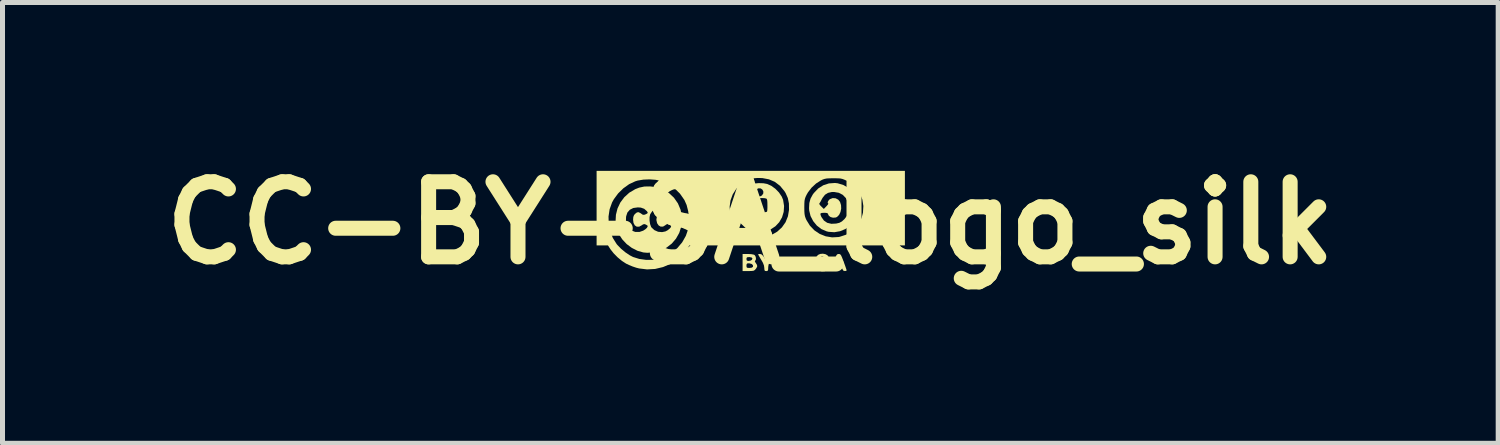
<source format=kicad_pcb>
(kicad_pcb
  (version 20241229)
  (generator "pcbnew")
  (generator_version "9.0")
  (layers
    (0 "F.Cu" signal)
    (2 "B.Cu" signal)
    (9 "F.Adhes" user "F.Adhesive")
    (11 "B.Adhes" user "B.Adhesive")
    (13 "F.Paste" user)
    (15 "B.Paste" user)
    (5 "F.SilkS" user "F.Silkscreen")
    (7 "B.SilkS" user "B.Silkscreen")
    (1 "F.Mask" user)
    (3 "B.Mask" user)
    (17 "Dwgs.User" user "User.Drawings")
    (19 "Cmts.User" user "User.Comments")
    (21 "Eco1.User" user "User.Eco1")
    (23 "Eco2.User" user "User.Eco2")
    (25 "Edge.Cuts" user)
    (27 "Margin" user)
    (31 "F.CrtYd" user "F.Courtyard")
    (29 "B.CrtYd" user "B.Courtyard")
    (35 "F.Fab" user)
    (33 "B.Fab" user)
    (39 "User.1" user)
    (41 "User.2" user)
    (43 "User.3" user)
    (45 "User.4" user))
  (footprint "CC-BY-SA_logo_silk"
    (layer "F.Cu")
    (at 11.943 1.404)
    (property "Reference" "CC-BY-SA_logo_silk" (at 0 0 0) (layer "F.SilkS") (effects (font (size 1.5 1.5) (thickness 0.3))))
    (attr board_only exclude_from_pos_files exclude_from_bom)
    (fp_poly (pts (xy 0.419 0.722) (xy 0.383 0.786) (xy 0.364 0.836) (xy 0.357 0.883) (xy 0.357 0.892) (xy 0.355 0.935) (xy 0.347 0.956) (xy 0.328 0.962) (xy 0.318 0.962) (xy 0.293 0.959) (xy 0.282 0.943) (xy 0.279 0.905) (xy 0.279 0.9) (xy 0.272 0.851) (xy 0.249 0.793) (xy 0.217 0.737) (xy 0.188 0.688) (xy 0.166 0.65) (xy 0.155 0.629) (xy 0.155 0.628) (xy 0.168 0.622) (xy 0.194 0.621) (xy 0.225 0.63) (xy 0.256 0.661) (xy 0.273 0.686) (xy 0.314 0.751) (xy 0.353 0.686) (xy 0.381 0.644) (xy 0.408 0.625) (xy 0.436 0.621) (xy 0.481 0.621)) (stroke (width 0) (type solid)) (fill yes) (layer "F.SilkS"))
    (fp_poly (pts (xy 1.498 0.624) (xy 1.54 0.646) (xy 1.564 0.68) (xy 1.567 0.701) (xy 1.557 0.724) (xy 1.531 0.728) (xy 1.5 0.712) (xy 1.485 0.698) (xy 1.449 0.671) (xy 1.415 0.674) (xy 1.396 0.691) (xy 1.385 0.712) (xy 1.394 0.729) (xy 1.428 0.745) (xy 1.479 0.76) (xy 1.537 0.783) (xy 1.57 0.816) (xy 1.582 0.864) (xy 1.583 0.875) (xy 1.569 0.917) (xy 1.533 0.948) (xy 1.482 0.966) (xy 1.424 0.968) (xy 1.367 0.952) (xy 1.365 0.951) (xy 1.326 0.923) (xy 1.306 0.894) (xy 1.306 0.869) (xy 1.328 0.855) (xy 1.341 0.853) (xy 1.373 0.861) (xy 1.381 0.876) (xy 1.394 0.898) (xy 1.427 0.911) (xy 1.467 0.91) (xy 1.474 0.908) (xy 1.504 0.89) (xy 1.505 0.868) (xy 1.48 0.843) (xy 1.431 0.82) (xy 1.419 0.816) (xy 1.354 0.788) (xy 1.318 0.752) (xy 1.311 0.709) (xy 1.321 0.676) (xy 1.351 0.64) (xy 1.396 0.62) (xy 1.448 0.615)) (stroke (width 0) (type solid)) (fill yes) (layer "F.SilkS"))
    (fp_poly (pts (xy 1.785 0.623) (xy 1.801 0.633) (xy 1.816 0.655) (xy 1.834 0.696) (xy 1.858 0.759) (xy 1.866 0.78) (xy 1.89 0.845) (xy 1.909 0.9) (xy 1.921 0.937) (xy 1.924 0.95) (xy 1.911 0.959) (xy 1.887 0.962) (xy 1.855 0.952) (xy 1.84 0.923) (xy 1.829 0.898) (xy 1.807 0.887) (xy 1.768 0.884) (xy 1.725 0.888) (xy 1.7 0.903) (xy 1.688 0.923) (xy 1.66 0.956) (xy 1.634 0.962) (xy 1.606 0.96) (xy 1.598 0.956) (xy 1.603 0.939) (xy 1.616 0.905) (xy 1.619 0.898) (xy 1.635 0.857) (xy 1.656 0.803) (xy 1.733 0.803) (xy 1.736 0.819) (xy 1.757 0.822) (xy 1.764 0.822) (xy 1.791 0.818) (xy 1.794 0.8) (xy 1.791 0.787) (xy 1.775 0.743) (xy 1.763 0.729) (xy 1.751 0.743) (xy 1.742 0.767) (xy 1.733 0.803) (xy 1.656 0.803) (xy 1.658 0.799) (xy 1.681 0.737) (xy 1.683 0.733) (xy 1.705 0.676) (xy 1.723 0.642) (xy 1.739 0.626) (xy 1.76 0.621) (xy 1.766 0.621)) (stroke (width 0) (type solid)) (fill yes) (layer "F.SilkS"))
    (fp_poly (pts (xy 0.016 0.624) (xy 0.065 0.633) (xy 0.084 0.641) (xy 0.103 0.668) (xy 0.112 0.704) (xy 0.109 0.738) (xy 0.095 0.757) (xy 0.09 0.772) (xy 0.109 0.802) (xy 0.134 0.842) (xy 0.136 0.875) (xy 0.113 0.914) (xy 0.107 0.921) (xy 0.088 0.942) (xy 0.066 0.955) (xy 0.033 0.96) (xy -0.021 0.962) (xy -0.04 0.962) (xy -0.155 0.962) (xy -0.155 0.853) (xy -0.078 0.853) (xy -0.075 0.884) (xy -0.061 0.897) (xy -0.028 0.9) (xy -0.017 0.9) (xy 0.029 0.894) (xy 0.052 0.877) (xy 0.053 0.873) (xy 0.051 0.843) (xy 0.025 0.82) (xy -0.02 0.808) (xy -0.034 0.807) (xy -0.065 0.811) (xy -0.076 0.83) (xy -0.078 0.853) (xy -0.155 0.853) (xy -0.155 0.791) (xy -0.155 0.722) (xy -0.078 0.722) (xy -0.072 0.75) (xy -0.05 0.76) (xy -0.033 0.76) (xy 0.006 0.753) (xy 0.03 0.738) (xy 0.042 0.71) (xy 0.026 0.691) (xy -0.017 0.683) (xy -0.024 0.683) (xy -0.061 0.686) (xy -0.075 0.699) (xy -0.078 0.722) (xy -0.155 0.722) (xy -0.155 0.621) (xy -0.05 0.621)) (stroke (width 0) (type solid)) (fill yes) (layer "F.SilkS"))
    (fp_poly (pts (xy 0.263 -0.792) (xy 0.337 -0.778) (xy 0.419 -0.741) (xy 0.5 -0.682) (xy 0.572 -0.608) (xy 0.627 -0.526) (xy 0.654 -0.461) (xy 0.674 -0.338) (xy 0.666 -0.22) (xy 0.633 -0.111) (xy 0.577 -0.014) (xy 0.501 0.067) (xy 0.406 0.13) (xy 0.296 0.169) (xy 0.202 0.181) (xy 0.126 0.182) (xy 0.065 0.174) (xy 0.006 0.155) (xy 0.003 0.154) (xy -0.099 0.098) (xy -0.184 0.018) (xy -0.25 -0.079) (xy -0.293 -0.189) (xy -0.31 -0.306) (xy -0.31 -0.315) (xy -0.307 -0.339) (xy 0.016 -0.339) (xy 0.016 -0.279) (xy 0.019 -0.242) (xy 0.027 -0.224) (xy 0.041 -0.216) (xy 0.05 -0.214) (xy 0.067 -0.21) (xy 0.077 -0.199) (xy 0.084 -0.175) (xy 0.087 -0.131) (xy 0.09 -0.066) (xy 0.094 0.078) (xy 0.187 0.078) (xy 0.279 0.078) (xy 0.279 -0.07) (xy 0.28 -0.138) (xy 0.282 -0.182) (xy 0.287 -0.205) (xy 0.296 -0.215) (xy 0.31 -0.217) (xy 0.325 -0.22) (xy 0.335 -0.231) (xy 0.339 -0.258) (xy 0.341 -0.306) (xy 0.341 -0.347) (xy 0.34 -0.414) (xy 0.336 -0.456) (xy 0.328 -0.478) (xy 0.317 -0.487) (xy 0.283 -0.494) (xy 0.232 -0.497) (xy 0.172 -0.496) (xy 0.113 -0.493) (xy 0.065 -0.488) (xy 0.037 -0.48) (xy 0.034 -0.478) (xy 0.024 -0.452) (xy 0.018 -0.401) (xy 0.016 -0.339) (xy -0.307 -0.339) (xy -0.296 -0.422) (xy -0.254 -0.527) (xy -0.193 -0.618) (xy 0.105 -0.618) (xy 0.113 -0.577) (xy 0.138 -0.544) (xy 0.177 -0.528) (xy 0.184 -0.528) (xy 0.213 -0.537) (xy 0.235 -0.553) (xy 0.259 -0.591) (xy 0.259 -0.631) (xy 0.239 -0.667) (xy 0.206 -0.689) (xy 0.163 -0.691) (xy 0.147 -0.685) (xy 0.115 -0.657) (xy 0.105 -0.618) (xy -0.193 -0.618) (xy -0.19 -0.622) (xy -0.108 -0.702) (xy -0.012 -0.76) (xy -0.01 -0.761) (xy 0.07 -0.785) (xy 0.165 -0.795)) (stroke (width 0) (type solid)) (fill yes) (layer "F.SilkS"))
    (fp_poly (pts (xy 1.744 -0.792) (xy 1.858 -0.758) (xy 1.957 -0.701) (xy 2.039 -0.624) (xy 2.101 -0.53) (xy 2.141 -0.426) (xy 2.156 -0.313) (xy 2.144 -0.198) (xy 2.125 -0.132) (xy 2.07 -0.029) (xy 1.993 0.056) (xy 1.899 0.122) (xy 1.793 0.166) (xy 1.679 0.186) (xy 1.563 0.178) (xy 1.523 0.168) (xy 1.419 0.123) (xy 1.329 0.054) (xy 1.256 -0.035) (xy 1.203 -0.137) (xy 1.176 -0.247) (xy 1.173 -0.295) (xy 1.178 -0.387) (xy 1.377 -0.387) (xy 1.38 -0.372) (xy 1.401 -0.345) (xy 1.417 -0.329) (xy 1.468 -0.279) (xy 1.521 -0.334) (xy 1.547 -0.364) (xy 1.559 -0.384) (xy 1.556 -0.388) (xy 1.545 -0.398) (xy 1.549 -0.423) (xy 1.566 -0.452) (xy 1.588 -0.474) (xy 1.645 -0.496) (xy 1.704 -0.492) (xy 1.757 -0.464) (xy 1.792 -0.419) (xy 1.812 -0.355) (xy 1.815 -0.285) (xy 1.801 -0.218) (xy 1.773 -0.16) (xy 1.733 -0.12) (xy 1.707 -0.108) (xy 1.652 -0.104) (xy 1.603 -0.117) (xy 1.568 -0.144) (xy 1.558 -0.163) (xy 1.549 -0.187) (xy 1.53 -0.198) (xy 1.493 -0.202) (xy 1.472 -0.202) (xy 1.424 -0.199) (xy 1.401 -0.188) (xy 1.402 -0.162) (xy 1.421 -0.115) (xy 1.422 -0.115) (xy 1.47 -0.047) (xy 1.536 -0.002) (xy 1.619 0.018) (xy 1.716 0.013) (xy 1.779 -0.002) (xy 1.83 -0.03) (xy 1.882 -0.078) (xy 1.926 -0.136) (xy 1.953 -0.195) (xy 1.954 -0.197) (xy 1.968 -0.263) (xy 1.968 -0.323) (xy 1.953 -0.393) (xy 1.947 -0.415) (xy 1.908 -0.497) (xy 1.846 -0.561) (xy 1.767 -0.602) (xy 1.674 -0.618) (xy 1.626 -0.617) (xy 1.551 -0.6) (xy 1.492 -0.563) (xy 1.444 -0.502) (xy 1.427 -0.472) (xy 1.404 -0.428) (xy 1.385 -0.397) (xy 1.377 -0.387) (xy 1.178 -0.387) (xy 1.179 -0.398) (xy 1.202 -0.484) (xy 1.245 -0.564) (xy 1.269 -0.597) (xy 1.356 -0.688) (xy 1.457 -0.752) (xy 1.569 -0.789) (xy 1.69 -0.798)) (stroke (width 0) (type solid)) (fill yes) (layer "F.SilkS"))
    (fp_poly (pts (xy -1.884 -0.715) (xy -1.776 -0.683) (xy -1.752 -0.672) (xy -1.629 -0.599) (xy -1.527 -0.504) (xy -1.448 -0.391) (xy -1.394 -0.263) (xy -1.368 -0.125) (xy -1.366 -0.069) (xy -1.38 0.071) (xy -1.421 0.2) (xy -1.486 0.315) (xy -1.571 0.414) (xy -1.675 0.494) (xy -1.793 0.553) (xy -1.922 0.589) (xy -2.061 0.597) (xy -2.139 0.59) (xy -2.253 0.558) (xy -2.366 0.501) (xy -2.471 0.423) (xy -2.559 0.329) (xy -2.624 0.23) (xy -2.673 0.1) (xy -2.693 -0.029) (xy -2.486 -0.029) (xy -2.477 0.028) (xy -2.456 0.074) (xy -2.441 0.094) (xy -2.374 0.152) (xy -2.298 0.181) (xy -2.216 0.181) (xy -2.141 0.155) (xy -2.099 0.128) (xy -2.068 0.1) (xy -2.063 0.092) (xy -2.051 0.068) (xy -2.055 0.054) (xy -2.079 0.039) (xy -2.091 0.032) (xy -2.121 0.023) (xy -2.148 0.032) (xy -2.167 0.046) (xy -2.221 0.075) (xy -2.27 0.075) (xy -2.309 0.049) (xy -2.335 -0.000382) (xy -2.341 -0.045) (xy -2.014 -0.045) (xy -2.003 0.024) (xy -1.983 0.079) (xy -1.976 0.09) (xy -1.918 0.144) (xy -1.844 0.177) (xy -1.764 0.184) (xy -1.696 0.17) (xy -1.653 0.147) (xy -1.614 0.116) (xy -1.588 0.086) (xy -1.583 0.07) (xy -1.595 0.051) (xy -1.624 0.033) (xy -1.657 0.023) (xy -1.683 0.033) (xy -1.698 0.046) (xy -1.745 0.074) (xy -1.792 0.074) (xy -1.832 0.051) (xy -1.863 0.006) (xy -1.877 -0.055) (xy -1.877 -0.07) (xy -1.867 -0.131) (xy -1.84 -0.177) (xy -1.803 -0.206) (xy -1.759 -0.213) (xy -1.716 -0.195) (xy -1.707 -0.186) (xy -1.679 -0.164) (xy -1.653 -0.162) (xy -1.627 -0.172) (xy -1.595 -0.194) (xy -1.589 -0.221) (xy -1.606 -0.25) (xy -1.641 -0.276) (xy -1.691 -0.297) (xy -1.752 -0.309) (xy -1.786 -0.31) (xy -1.842 -0.308) (xy -1.881 -0.298) (xy -1.915 -0.276) (xy -1.929 -0.264) (xy -1.967 -0.224) (xy -1.996 -0.181) (xy -2.002 -0.171) (xy -2.014 -0.114) (xy -2.014 -0.045) (xy -2.341 -0.045) (xy -2.343 -0.063) (xy -2.339 -0.117) (xy -2.325 -0.154) (xy -2.305 -0.179) (xy -2.266 -0.21) (xy -2.232 -0.214) (xy -2.191 -0.192) (xy -2.181 -0.185) (xy -2.149 -0.163) (xy -2.12 -0.162) (xy -2.094 -0.171) (xy -2.059 -0.189) (xy -2.05 -0.207) (xy -2.065 -0.232) (xy -2.068 -0.235) (xy -2.121 -0.282) (xy -2.189 -0.306) (xy -2.249 -0.31) (xy -2.339 -0.298) (xy -2.408 -0.263) (xy -2.457 -0.207) (xy -2.482 -0.131) (xy -2.484 -0.107) (xy -2.486 -0.029) (xy -2.693 -0.029) (xy -2.693 -0.032) (xy -2.686 -0.163) (xy -2.654 -0.289) (xy -2.598 -0.407) (xy -2.519 -0.513) (xy -2.419 -0.604) (xy -2.3 -0.674) (xy -2.221 -0.705) (xy -2.118 -0.727) (xy -2.002 -0.729)) (stroke (width 0) (type solid)) (fill yes) (layer "F.SilkS"))
    (fp_poly (pts (xy 3.088 -0.295) (xy 3.088 0.45) (xy 0.935 0.45) (xy -1.218 0.45) (xy -1.261 0.519) (xy -1.314 0.587) (xy -1.385 0.661) (xy -1.465 0.732) (xy -1.547 0.791) (xy -1.591 0.817) (xy -1.744 0.882) (xy -1.903 0.92) (xy -2.064 0.929) (xy -2.222 0.91) (xy -2.281 0.895) (xy -2.352 0.871) (xy -2.425 0.841) (xy -2.482 0.814) (xy -2.565 0.76) (xy -2.652 0.688) (xy -2.731 0.608) (xy -2.792 0.531) (xy -2.795 0.526) (xy -2.845 0.45) (xy -2.958 0.45) (xy -3.072 0.45) (xy -3.072 -0.128) (xy -2.834 -0.128) (xy -2.83 0.02) (xy -2.801 0.164) (xy -2.748 0.301) (xy -2.672 0.422) (xy -2.659 0.438) (xy -2.585 0.515) (xy -2.497 0.588) (xy -2.406 0.649) (xy -2.344 0.681) (xy -2.219 0.72) (xy -2.081 0.739) (xy -1.942 0.737) (xy -1.85 0.721) (xy -1.706 0.673) (xy -1.574 0.598) (xy -1.458 0.502) (xy -1.362 0.388) (xy -1.289 0.259) (xy -1.25 0.147) (xy -1.23 0.026) (xy -1.227 -0.104) (xy -1.242 -0.235) (xy -1.265 -0.324) (xy -0.414 -0.324) (xy -0.405 -0.205) (xy -0.37 -0.081) (xy -0.313 0.026) (xy -0.238 0.114) (xy -0.131 0.201) (xy -0.014 0.259) (xy 0.113 0.288) (xy 0.247 0.287) (xy 0.296 0.279) (xy 0.424 0.24) (xy 0.536 0.176) (xy 0.63 0.09) (xy 0.703 -0.013) (xy 0.751 -0.132) (xy 0.773 -0.263) (xy 0.772 -0.31) (xy 1.078 -0.31) (xy 1.079 -0.233) (xy 1.083 -0.177) (xy 1.091 -0.133) (xy 1.105 -0.092) (xy 1.12 -0.058) (xy 1.19 0.055) (xy 1.28 0.149) (xy 1.386 0.22) (xy 1.506 0.268) (xy 1.633 0.289) (xy 1.763 0.282) (xy 1.787 0.277) (xy 1.915 0.235) (xy 2.028 0.166) (xy 2.086 0.115) (xy 2.168 0.014) (xy 2.223 -0.1) (xy 2.25 -0.204) (xy 2.258 -0.338) (xy 2.238 -0.467) (xy 2.191 -0.586) (xy 2.119 -0.693) (xy 2.023 -0.782) (xy 1.927 -0.841) (xy 1.878 -0.864) (xy 1.838 -0.879) (xy 1.796 -0.888) (xy 1.745 -0.891) (xy 1.673 -0.892) (xy 1.661 -0.892) (xy 1.584 -0.891) (xy 1.529 -0.888) (xy 1.486 -0.88) (xy 1.447 -0.867) (xy 1.41 -0.849) (xy 1.314 -0.788) (xy 1.225 -0.706) (xy 1.151 -0.61) (xy 1.124 -0.563) (xy 1.103 -0.519) (xy 1.09 -0.481) (xy 1.082 -0.44) (xy 1.079 -0.385) (xy 1.078 -0.31) (xy 0.772 -0.31) (xy 0.771 -0.388) (xy 0.749 -0.496) (xy 0.705 -0.596) (xy 0.68 -0.636) (xy 0.593 -0.741) (xy 0.49 -0.82) (xy 0.371 -0.871) (xy 0.238 -0.896) (xy 0.147 -0.898) (xy 0.072 -0.892) (xy 0.013 -0.88) (xy -0.046 -0.858) (xy -0.081 -0.841) (xy -0.192 -0.77) (xy -0.283 -0.679) (xy -0.352 -0.571) (xy -0.396 -0.451) (xy -0.414 -0.324) (xy -1.265 -0.324) (xy -1.273 -0.357) (xy -1.318 -0.458) (xy -1.406 -0.584) (xy -1.515 -0.692) (xy -1.639 -0.777) (xy -1.774 -0.836) (xy -1.781 -0.838) (xy -1.89 -0.861) (xy -2.013 -0.87) (xy -2.137 -0.865) (xy -2.251 -0.846) (xy -2.3 -0.831) (xy -2.422 -0.774) (xy -2.538 -0.691) (xy -2.642 -0.589) (xy -2.727 -0.474) (xy -2.763 -0.409) (xy -2.812 -0.273) (xy -2.834 -0.128) (xy -3.072 -0.128) (xy -3.072 -0.295) (xy -3.072 -1.04) (xy 0.008 -1.04) (xy 3.088 -1.04)) (stroke (width 0) (type solid)) (fill yes) (layer "F.SilkS")))
  (gr_rect
    (start -3 -3)
    (end 26.886 5.808)
    (stroke (width 0.1) (type default))
    (fill no)
    (layer "Edge.Cuts")))
</source>
